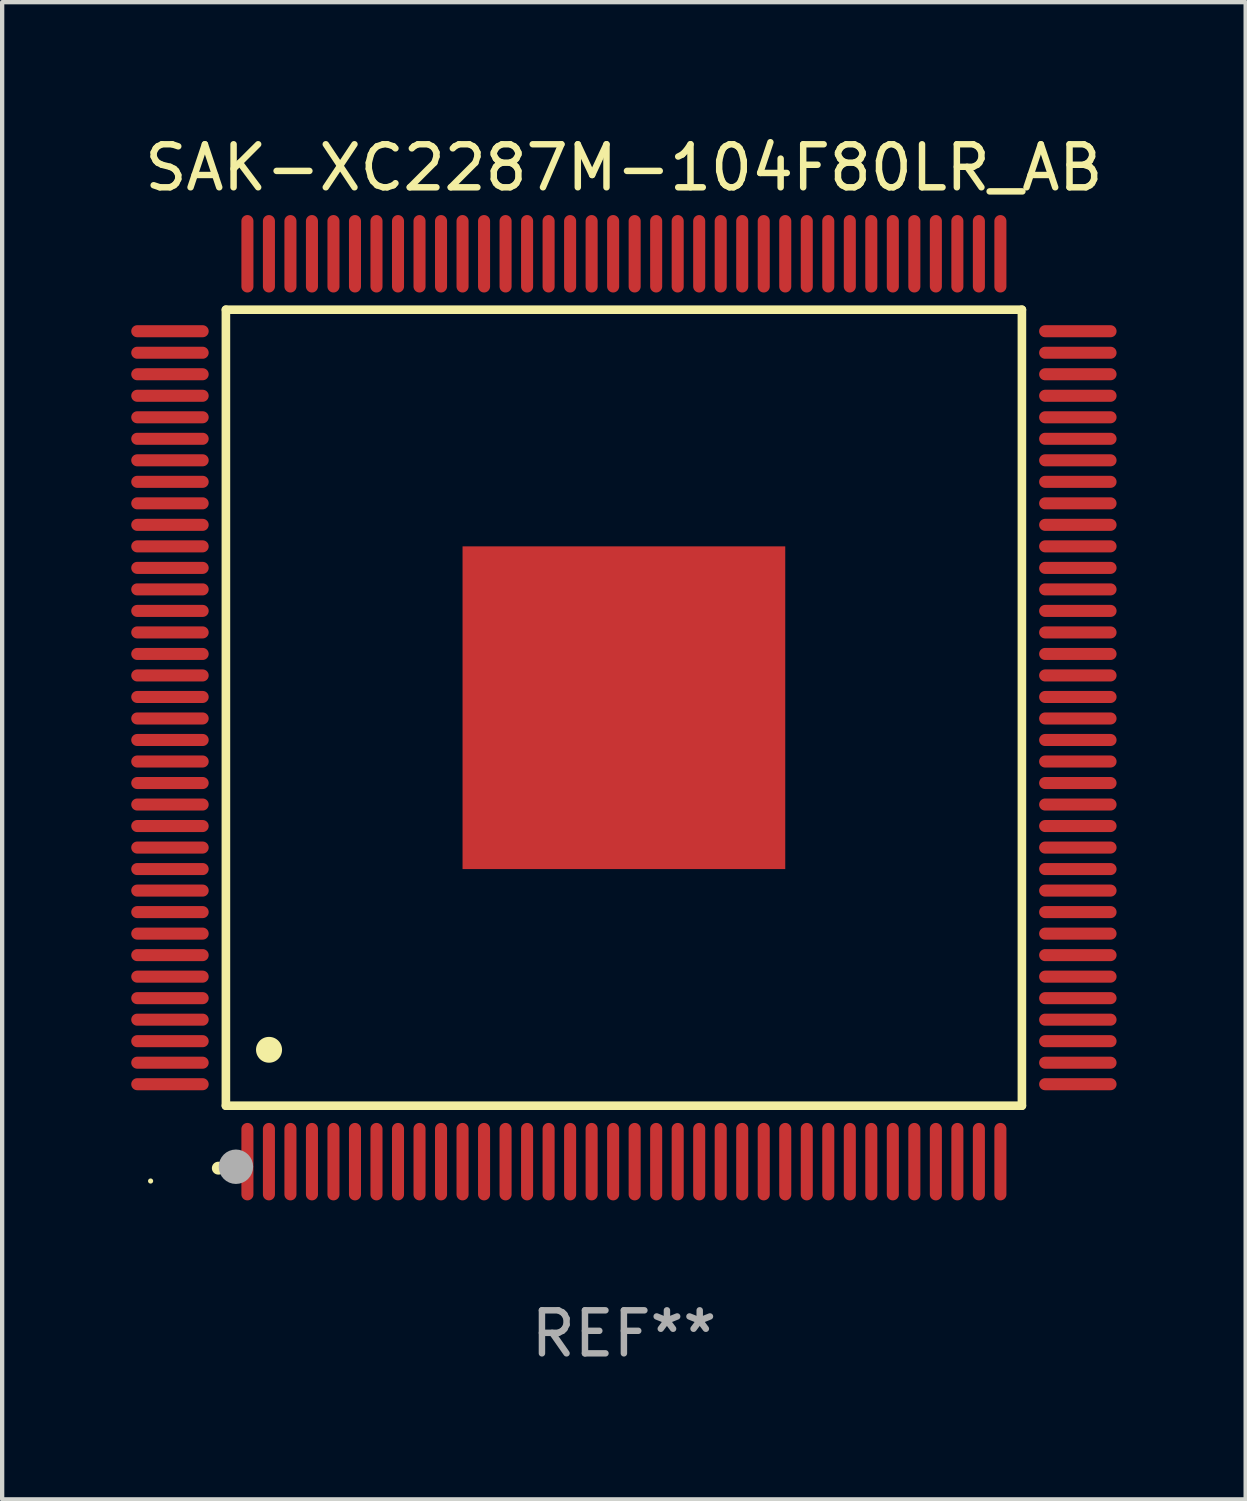
<source format=kicad_pcb>
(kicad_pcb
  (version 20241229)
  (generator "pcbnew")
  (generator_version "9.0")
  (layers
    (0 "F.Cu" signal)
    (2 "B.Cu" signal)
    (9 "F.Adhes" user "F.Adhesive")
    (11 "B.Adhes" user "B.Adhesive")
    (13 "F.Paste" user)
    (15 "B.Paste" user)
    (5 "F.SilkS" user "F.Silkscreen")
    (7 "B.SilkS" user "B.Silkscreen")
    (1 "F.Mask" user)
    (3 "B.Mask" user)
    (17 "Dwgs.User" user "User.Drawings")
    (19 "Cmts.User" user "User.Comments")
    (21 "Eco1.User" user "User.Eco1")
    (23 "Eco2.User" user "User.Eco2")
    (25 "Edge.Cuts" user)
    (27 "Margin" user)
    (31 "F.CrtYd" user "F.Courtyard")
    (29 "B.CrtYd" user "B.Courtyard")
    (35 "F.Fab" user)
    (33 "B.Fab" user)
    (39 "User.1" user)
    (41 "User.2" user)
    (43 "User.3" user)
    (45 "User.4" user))
  (footprint "SAK-XC2287M-104F80LR_AB"
    (layer "F.Cu")
    (at 11.45 13.398)
    (property "Reference" "SAK-XC2287M-104F80LR_AB" (at 0 -12.55 0) (layer "F.SilkS") (effects (font (size 1 1) (thickness 0.15))))
    (attr through_hole)
    (fp_line (start -9.25 -9.25) (end 9.25 -9.25) (stroke (width 0.2) (type solid)) (layer "F.SilkS"))
    (fp_line (start -9.25 9.25) (end -9.25 -9.25) (stroke (width 0.2) (type solid)) (layer "F.SilkS"))
    (fp_line (start 9.25 -9.25) (end 9.25 9.25) (stroke (width 0.2) (type solid)) (layer "F.SilkS"))
    (fp_line (start 9.25 9.25) (end -9.25 9.25) (stroke (width 0.2) (type solid)) (layer "F.SilkS"))
    (fp_arc (start -9.425959 10.701041) (mid -9.424689 10.701036) (end -9.423419 10.701041) (stroke (width 0.3) (type solid)) (layer "F.SilkS"))
    (fp_arc (start -8.249936 7.950216) (mid -8.247396 7.950205) (end -8.244856 7.950216) (stroke (width 0.6) (type solid)) (layer "F.SilkS"))
    (fp_circle (center -11 11) (end -10.97 11) (stroke (width 0.06) (type solid)) (fill no) (layer "F.SilkS"))
    (fp_circle (center -9.017 10.668) (end -8.817 10.668) (stroke (width 0.4) (type solid)) (fill no) (layer "F.Fab"))
    (fp_text user "REF**" (at 0 14.55 0) (layer "F.Fab") (effects (font (size 1 1) (thickness 0.15))))
    (pad "1" smd oval (at -8.75 10.55 180) (size 0.28 1.8) (layers "F.Cu" "F.Mask" "F.Paste"))
    (pad "2" smd oval (at -8.25 10.55 180) (size 0.28 1.8) (layers "F.Cu" "F.Mask" "F.Paste"))
    (pad "3" smd oval (at -7.75 10.55 180) (size 0.28 1.8) (layers "F.Cu" "F.Mask" "F.Paste"))
    (pad "4" smd oval (at -7.25 10.55 180) (size 0.28 1.8) (layers "F.Cu" "F.Mask" "F.Paste"))
    (pad "5" smd oval (at -6.75 10.55 180) (size 0.28 1.8) (layers "F.Cu" "F.Mask" "F.Paste"))
    (pad "6" smd oval (at -6.25 10.55 180) (size 0.28 1.8) (layers "F.Cu" "F.Mask" "F.Paste"))
    (pad "7" smd oval (at -5.75 10.55 180) (size 0.28 1.8) (layers "F.Cu" "F.Mask" "F.Paste"))
    (pad "8" smd oval (at -5.25 10.55 180) (size 0.28 1.8) (layers "F.Cu" "F.Mask" "F.Paste"))
    (pad "9" smd oval (at -4.75 10.55 180) (size 0.28 1.8) (layers "F.Cu" "F.Mask" "F.Paste"))
    (pad "10" smd oval (at -4.25 10.55 180) (size 0.28 1.8) (layers "F.Cu" "F.Mask" "F.Paste"))
    (pad "11" smd oval (at -3.75 10.55 180) (size 0.28 1.8) (layers "F.Cu" "F.Mask" "F.Paste"))
    (pad "12" smd oval (at -3.25 10.55 180) (size 0.28 1.8) (layers "F.Cu" "F.Mask" "F.Paste"))
    (pad "13" smd oval (at -2.75 10.55 180) (size 0.28 1.8) (layers "F.Cu" "F.Mask" "F.Paste"))
    (pad "14" smd oval (at -2.25 10.55 180) (size 0.28 1.8) (layers "F.Cu" "F.Mask" "F.Paste"))
    (pad "15" smd oval (at -1.75 10.55 180) (size 0.28 1.8) (layers "F.Cu" "F.Mask" "F.Paste"))
    (pad "16" smd oval (at -1.25 10.55 180) (size 0.28 1.8) (layers "F.Cu" "F.Mask" "F.Paste"))
    (pad "17" smd oval (at -0.75 10.55 180) (size 0.28 1.8) (layers "F.Cu" "F.Mask" "F.Paste"))
    (pad "18" smd oval (at -0.25 10.55 180) (size 0.28 1.8) (layers "F.Cu" "F.Mask" "F.Paste"))
    (pad "19" smd oval (at 0.25 10.55 180) (size 0.28 1.8) (layers "F.Cu" "F.Mask" "F.Paste"))
    (pad "20" smd oval (at 0.75 10.55 180) (size 0.28 1.8) (layers "F.Cu" "F.Mask" "F.Paste"))
    (pad "21" smd oval (at 1.25 10.55 180) (size 0.28 1.8) (layers "F.Cu" "F.Mask" "F.Paste"))
    (pad "22" smd oval (at 1.75 10.55 180) (size 0.28 1.8) (layers "F.Cu" "F.Mask" "F.Paste"))
    (pad "23" smd oval (at 2.25 10.55 180) (size 0.28 1.8) (layers "F.Cu" "F.Mask" "F.Paste"))
    (pad "24" smd oval (at 2.75 10.55 180) (size 0.28 1.8) (layers "F.Cu" "F.Mask" "F.Paste"))
    (pad "25" smd oval (at 3.25 10.55 180) (size 0.28 1.8) (layers "F.Cu" "F.Mask" "F.Paste"))
    (pad "26" smd oval (at 3.75 10.55 180) (size 0.28 1.8) (layers "F.Cu" "F.Mask" "F.Paste"))
    (pad "27" smd oval (at 4.25 10.55 180) (size 0.28 1.8) (layers "F.Cu" "F.Mask" "F.Paste"))
    (pad "28" smd oval (at 4.75 10.55 180) (size 0.28 1.8) (layers "F.Cu" "F.Mask" "F.Paste"))
    (pad "29" smd oval (at 5.25 10.55 180) (size 0.28 1.8) (layers "F.Cu" "F.Mask" "F.Paste"))
    (pad "30" smd oval (at 5.75 10.55 180) (size 0.28 1.8) (layers "F.Cu" "F.Mask" "F.Paste"))
    (pad "31" smd oval (at 6.25 10.55 180) (size 0.28 1.8) (layers "F.Cu" "F.Mask" "F.Paste"))
    (pad "32" smd oval (at 6.75 10.55 180) (size 0.28 1.8) (layers "F.Cu" "F.Mask" "F.Paste"))
    (pad "33" smd oval (at 7.25 10.55 180) (size 0.28 1.8) (layers "F.Cu" "F.Mask" "F.Paste"))
    (pad "34" smd oval (at 7.75 10.55 180) (size 0.28 1.8) (layers "F.Cu" "F.Mask" "F.Paste"))
    (pad "35" smd oval (at 8.25 10.55 180) (size 0.28 1.8) (layers "F.Cu" "F.Mask" "F.Paste"))
    (pad "36" smd oval (at 8.75 10.55 180) (size 0.28 1.8) (layers "F.Cu" "F.Mask" "F.Paste"))
    (pad "37" smd oval (at 10.55 8.75 90) (size 0.28 1.8) (layers "F.Cu" "F.Mask" "F.Paste"))
    (pad "38" smd oval (at 10.55 8.25 90) (size 0.28 1.8) (layers "F.Cu" "F.Mask" "F.Paste"))
    (pad "39" smd oval (at 10.55 7.75 90) (size 0.28 1.8) (layers "F.Cu" "F.Mask" "F.Paste"))
    (pad "40" smd oval (at 10.55 7.25 90) (size 0.28 1.8) (layers "F.Cu" "F.Mask" "F.Paste"))
    (pad "41" smd oval (at 10.55 6.75 90) (size 0.28 1.8) (layers "F.Cu" "F.Mask" "F.Paste"))
    (pad "42" smd oval (at 10.55 6.25 90) (size 0.28 1.8) (layers "F.Cu" "F.Mask" "F.Paste"))
    (pad "43" smd oval (at 10.55 5.75 90) (size 0.28 1.8) (layers "F.Cu" "F.Mask" "F.Paste"))
    (pad "44" smd oval (at 10.55 5.25 90) (size 0.28 1.8) (layers "F.Cu" "F.Mask" "F.Paste"))
    (pad "45" smd oval (at 10.55 4.75 90) (size 0.28 1.8) (layers "F.Cu" "F.Mask" "F.Paste"))
    (pad "46" smd oval (at 10.55 4.25 90) (size 0.28 1.8) (layers "F.Cu" "F.Mask" "F.Paste"))
    (pad "47" smd oval (at 10.55 3.75 90) (size 0.28 1.8) (layers "F.Cu" "F.Mask" "F.Paste"))
    (pad "48" smd oval (at 10.55 3.25 90) (size 0.28 1.8) (layers "F.Cu" "F.Mask" "F.Paste"))
    (pad "49" smd oval (at 10.55 2.75 90) (size 0.28 1.8) (layers "F.Cu" "F.Mask" "F.Paste"))
    (pad "50" smd oval (at 10.55 2.25 90) (size 0.28 1.8) (layers "F.Cu" "F.Mask" "F.Paste"))
    (pad "51" smd oval (at 10.55 1.75 90) (size 0.28 1.8) (layers "F.Cu" "F.Mask" "F.Paste"))
    (pad "52" smd oval (at 10.55 1.25 90) (size 0.28 1.8) (layers "F.Cu" "F.Mask" "F.Paste"))
    (pad "53" smd oval (at 10.55 0.75 90) (size 0.28 1.8) (layers "F.Cu" "F.Mask" "F.Paste"))
    (pad "54" smd oval (at 10.55 0.25 90) (size 0.28 1.8) (layers "F.Cu" "F.Mask" "F.Paste"))
    (pad "55" smd oval (at 10.55 -0.25 90) (size 0.28 1.8) (layers "F.Cu" "F.Mask" "F.Paste"))
    (pad "56" smd oval (at 10.55 -0.75 90) (size 0.28 1.8) (layers "F.Cu" "F.Mask" "F.Paste"))
    (pad "57" smd oval (at 10.55 -1.25 90) (size 0.28 1.8) (layers "F.Cu" "F.Mask" "F.Paste"))
    (pad "58" smd oval (at 10.55 -1.75 90) (size 0.28 1.8) (layers "F.Cu" "F.Mask" "F.Paste"))
    (pad "59" smd oval (at 10.55 -2.25 90) (size 0.28 1.8) (layers "F.Cu" "F.Mask" "F.Paste"))
    (pad "60" smd oval (at 10.55 -2.75 90) (size 0.28 1.8) (layers "F.Cu" "F.Mask" "F.Paste"))
    (pad "61" smd oval (at 10.55 -3.25 90) (size 0.28 1.8) (layers "F.Cu" "F.Mask" "F.Paste"))
    (pad "62" smd oval (at 10.55 -3.75 90) (size 0.28 1.8) (layers "F.Cu" "F.Mask" "F.Paste"))
    (pad "63" smd oval (at 10.55 -4.25 90) (size 0.28 1.8) (layers "F.Cu" "F.Mask" "F.Paste"))
    (pad "64" smd oval (at 10.55 -4.75 90) (size 0.28 1.8) (layers "F.Cu" "F.Mask" "F.Paste"))
    (pad "65" smd oval (at 10.55 -5.25 90) (size 0.28 1.8) (layers "F.Cu" "F.Mask" "F.Paste"))
    (pad "66" smd oval (at 10.55 -5.75 90) (size 0.28 1.8) (layers "F.Cu" "F.Mask" "F.Paste"))
    (pad "67" smd oval (at 10.55 -6.25 90) (size 0.28 1.8) (layers "F.Cu" "F.Mask" "F.Paste"))
    (pad "68" smd oval (at 10.55 -6.75 90) (size 0.28 1.8) (layers "F.Cu" "F.Mask" "F.Paste"))
    (pad "69" smd oval (at 10.55 -7.25 90) (size 0.28 1.8) (layers "F.Cu" "F.Mask" "F.Paste"))
    (pad "70" smd oval (at 10.55 -7.75 90) (size 0.28 1.8) (layers "F.Cu" "F.Mask" "F.Paste"))
    (pad "71" smd oval (at 10.55 -8.25 90) (size 0.28 1.8) (layers "F.Cu" "F.Mask" "F.Paste"))
    (pad "72" smd oval (at 10.55 -8.75 90) (size 0.28 1.8) (layers "F.Cu" "F.Mask" "F.Paste"))
    (pad "73" smd oval (at 8.75 -10.55 180) (size 0.28 1.8) (layers "F.Cu" "F.Mask" "F.Paste"))
    (pad "74" smd oval (at 8.25 -10.55 180) (size 0.28 1.8) (layers "F.Cu" "F.Mask" "F.Paste"))
    (pad "75" smd oval (at 7.75 -10.55 180) (size 0.28 1.8) (layers "F.Cu" "F.Mask" "F.Paste"))
    (pad "76" smd oval (at 7.25 -10.55 180) (size 0.28 1.8) (layers "F.Cu" "F.Mask" "F.Paste"))
    (pad "77" smd oval (at 6.75 -10.55 180) (size 0.28 1.8) (layers "F.Cu" "F.Mask" "F.Paste"))
    (pad "78" smd oval (at 6.25 -10.55 180) (size 0.28 1.8) (layers "F.Cu" "F.Mask" "F.Paste"))
    (pad "79" smd oval (at 5.75 -10.55 180) (size 0.28 1.8) (layers "F.Cu" "F.Mask" "F.Paste"))
    (pad "80" smd oval (at 5.25 -10.55 180) (size 0.28 1.8) (layers "F.Cu" "F.Mask" "F.Paste"))
    (pad "81" smd oval (at 4.75 -10.55 180) (size 0.28 1.8) (layers "F.Cu" "F.Mask" "F.Paste"))
    (pad "82" smd oval (at 4.25 -10.55 180) (size 0.28 1.8) (layers "F.Cu" "F.Mask" "F.Paste"))
    (pad "83" smd oval (at 3.75 -10.55 180) (size 0.28 1.8) (layers "F.Cu" "F.Mask" "F.Paste"))
    (pad "84" smd oval (at 3.25 -10.55 180) (size 0.28 1.8) (layers "F.Cu" "F.Mask" "F.Paste"))
    (pad "85" smd oval (at 2.75 -10.55 180) (size 0.28 1.8) (layers "F.Cu" "F.Mask" "F.Paste"))
    (pad "86" smd oval (at 2.25 -10.55 180) (size 0.28 1.8) (layers "F.Cu" "F.Mask" "F.Paste"))
    (pad "87" smd oval (at 1.75 -10.55 180) (size 0.28 1.8) (layers "F.Cu" "F.Mask" "F.Paste"))
    (pad "88" smd oval (at 1.25 -10.55 180) (size 0.28 1.8) (layers "F.Cu" "F.Mask" "F.Paste"))
    (pad "89" smd oval (at 0.75 -10.55 180) (size 0.28 1.8) (layers "F.Cu" "F.Mask" "F.Paste"))
    (pad "90" smd oval (at 0.25 -10.55 180) (size 0.28 1.8) (layers "F.Cu" "F.Mask" "F.Paste"))
    (pad "91" smd oval (at -0.25 -10.55 180) (size 0.28 1.8) (layers "F.Cu" "F.Mask" "F.Paste"))
    (pad "92" smd oval (at -0.75 -10.55 180) (size 0.28 1.8) (layers "F.Cu" "F.Mask" "F.Paste"))
    (pad "93" smd oval (at -1.25 -10.55 180) (size 0.28 1.8) (layers "F.Cu" "F.Mask" "F.Paste"))
    (pad "94" smd oval (at -1.75 -10.55 180) (size 0.28 1.8) (layers "F.Cu" "F.Mask" "F.Paste"))
    (pad "95" smd oval (at -2.25 -10.55 180) (size 0.28 1.8) (layers "F.Cu" "F.Mask" "F.Paste"))
    (pad "96" smd oval (at -2.75 -10.55 180) (size 0.28 1.8) (layers "F.Cu" "F.Mask" "F.Paste"))
    (pad "97" smd oval (at -3.25 -10.55 180) (size 0.28 1.8) (layers "F.Cu" "F.Mask" "F.Paste"))
    (pad "98" smd oval (at -3.75 -10.55 180) (size 0.28 1.8) (layers "F.Cu" "F.Mask" "F.Paste"))
    (pad "99" smd oval (at -4.25 -10.55 180) (size 0.28 1.8) (layers "F.Cu" "F.Mask" "F.Paste"))
    (pad "100" smd oval (at -4.75 -10.55 180) (size 0.28 1.8) (layers "F.Cu" "F.Mask" "F.Paste"))
    (pad "101" smd oval (at -5.25 -10.55 180) (size 0.28 1.8) (layers "F.Cu" "F.Mask" "F.Paste"))
    (pad "102" smd oval (at -5.75 -10.55 180) (size 0.28 1.8) (layers "F.Cu" "F.Mask" "F.Paste"))
    (pad "103" smd oval (at -6.25 -10.55 180) (size 0.28 1.8) (layers "F.Cu" "F.Mask" "F.Paste"))
    (pad "104" smd oval (at -6.75 -10.55 180) (size 0.28 1.8) (layers "F.Cu" "F.Mask" "F.Paste"))
    (pad "105" smd oval (at -7.25 -10.55 180) (size 0.28 1.8) (layers "F.Cu" "F.Mask" "F.Paste"))
    (pad "106" smd oval (at -7.75 -10.55 180) (size 0.28 1.8) (layers "F.Cu" "F.Mask" "F.Paste"))
    (pad "107" smd oval (at -8.25 -10.55 180) (size 0.28 1.8) (layers "F.Cu" "F.Mask" "F.Paste"))
    (pad "108" smd oval (at -8.75 -10.55 180) (size 0.28 1.8) (layers "F.Cu" "F.Mask" "F.Paste"))
    (pad "109" smd oval (at -10.55 -8.75 90) (size 0.28 1.8) (layers "F.Cu" "F.Mask" "F.Paste"))
    (pad "110" smd oval (at -10.55 -8.25 90) (size 0.28 1.8) (layers "F.Cu" "F.Mask" "F.Paste"))
    (pad "111" smd oval (at -10.55 -7.75 90) (size 0.28 1.8) (layers "F.Cu" "F.Mask" "F.Paste"))
    (pad "112" smd oval (at -10.55 -7.25 90) (size 0.28 1.8) (layers "F.Cu" "F.Mask" "F.Paste"))
    (pad "113" smd oval (at -10.55 -6.75 90) (size 0.28 1.8) (layers "F.Cu" "F.Mask" "F.Paste"))
    (pad "114" smd oval (at -10.55 -6.25 90) (size 0.28 1.8) (layers "F.Cu" "F.Mask" "F.Paste"))
    (pad "115" smd oval (at -10.55 -5.75 90) (size 0.28 1.8) (layers "F.Cu" "F.Mask" "F.Paste"))
    (pad "116" smd oval (at -10.55 -5.25 90) (size 0.28 1.8) (layers "F.Cu" "F.Mask" "F.Paste"))
    (pad "117" smd oval (at -10.55 -4.75 90) (size 0.28 1.8) (layers "F.Cu" "F.Mask" "F.Paste"))
    (pad "118" smd oval (at -10.55 -4.25 90) (size 0.28 1.8) (layers "F.Cu" "F.Mask" "F.Paste"))
    (pad "119" smd oval (at -10.55 -3.75 90) (size 0.28 1.8) (layers "F.Cu" "F.Mask" "F.Paste"))
    (pad "120" smd oval (at -10.55 -3.25 90) (size 0.28 1.8) (layers "F.Cu" "F.Mask" "F.Paste"))
    (pad "121" smd oval (at -10.55 -2.75 90) (size 0.28 1.8) (layers "F.Cu" "F.Mask" "F.Paste"))
    (pad "122" smd oval (at -10.55 -2.25 90) (size 0.28 1.8) (layers "F.Cu" "F.Mask" "F.Paste"))
    (pad "123" smd oval (at -10.55 -1.75 90) (size 0.28 1.8) (layers "F.Cu" "F.Mask" "F.Paste"))
    (pad "124" smd oval (at -10.55 -1.25 90) (size 0.28 1.8) (layers "F.Cu" "F.Mask" "F.Paste"))
    (pad "125" smd oval (at -10.55 -0.75 90) (size 0.28 1.8) (layers "F.Cu" "F.Mask" "F.Paste"))
    (pad "126" smd oval (at -10.55 -0.25 90) (size 0.28 1.8) (layers "F.Cu" "F.Mask" "F.Paste"))
    (pad "127" smd oval (at -10.55 0.25 90) (size 0.28 1.8) (layers "F.Cu" "F.Mask" "F.Paste"))
    (pad "128" smd oval (at -10.55 0.75 90) (size 0.28 1.8) (layers "F.Cu" "F.Mask" "F.Paste"))
    (pad "129" smd oval (at -10.55 1.25 90) (size 0.28 1.8) (layers "F.Cu" "F.Mask" "F.Paste"))
    (pad "130" smd oval (at -10.55 1.75 90) (size 0.28 1.8) (layers "F.Cu" "F.Mask" "F.Paste"))
    (pad "131" smd oval (at -10.55 2.25 90) (size 0.28 1.8) (layers "F.Cu" "F.Mask" "F.Paste"))
    (pad "132" smd oval (at -10.55 2.75 90) (size 0.28 1.8) (layers "F.Cu" "F.Mask" "F.Paste"))
    (pad "133" smd oval (at -10.55 3.25 90) (size 0.28 1.8) (layers "F.Cu" "F.Mask" "F.Paste"))
    (pad "134" smd oval (at -10.55 3.75 90) (size 0.28 1.8) (layers "F.Cu" "F.Mask" "F.Paste"))
    (pad "135" smd oval (at -10.55 4.25 90) (size 0.28 1.8) (layers "F.Cu" "F.Mask" "F.Paste"))
    (pad "136" smd oval (at -10.55 4.75 90) (size 0.28 1.8) (layers "F.Cu" "F.Mask" "F.Paste"))
    (pad "137" smd oval (at -10.55 5.25 90) (size 0.28 1.8) (layers "F.Cu" "F.Mask" "F.Paste"))
    (pad "138" smd oval (at -10.55 5.75 90) (size 0.28 1.8) (layers "F.Cu" "F.Mask" "F.Paste"))
    (pad "139" smd oval (at -10.55 6.25 90) (size 0.28 1.8) (layers "F.Cu" "F.Mask" "F.Paste"))
    (pad "140" smd oval (at -10.55 6.75 90) (size 0.28 1.8) (layers "F.Cu" "F.Mask" "F.Paste"))
    (pad "141" smd oval (at -10.55 7.25 90) (size 0.28 1.8) (layers "F.Cu" "F.Mask" "F.Paste"))
    (pad "142" smd oval (at -10.55 7.75 90) (size 0.28 1.8) (layers "F.Cu" "F.Mask" "F.Paste"))
    (pad "143" smd oval (at -10.55 8.25 90) (size 0.28 1.8) (layers "F.Cu" "F.Mask" "F.Paste"))
    (pad "144" smd oval (at -10.55 8.75 90) (size 0.28 1.8) (layers "F.Cu" "F.Mask" "F.Paste"))
    (pad "145" smd rect (at 0 0 90) (size 7.5 7.5) (layers "F.Cu" "F.Mask" "F.Paste")))
  (gr_rect
    (start -3 -3)
    (end 25.9 31.796)
    (stroke (width 0.1) (type default))
    (fill no)
    (layer "Edge.Cuts")))
</source>
